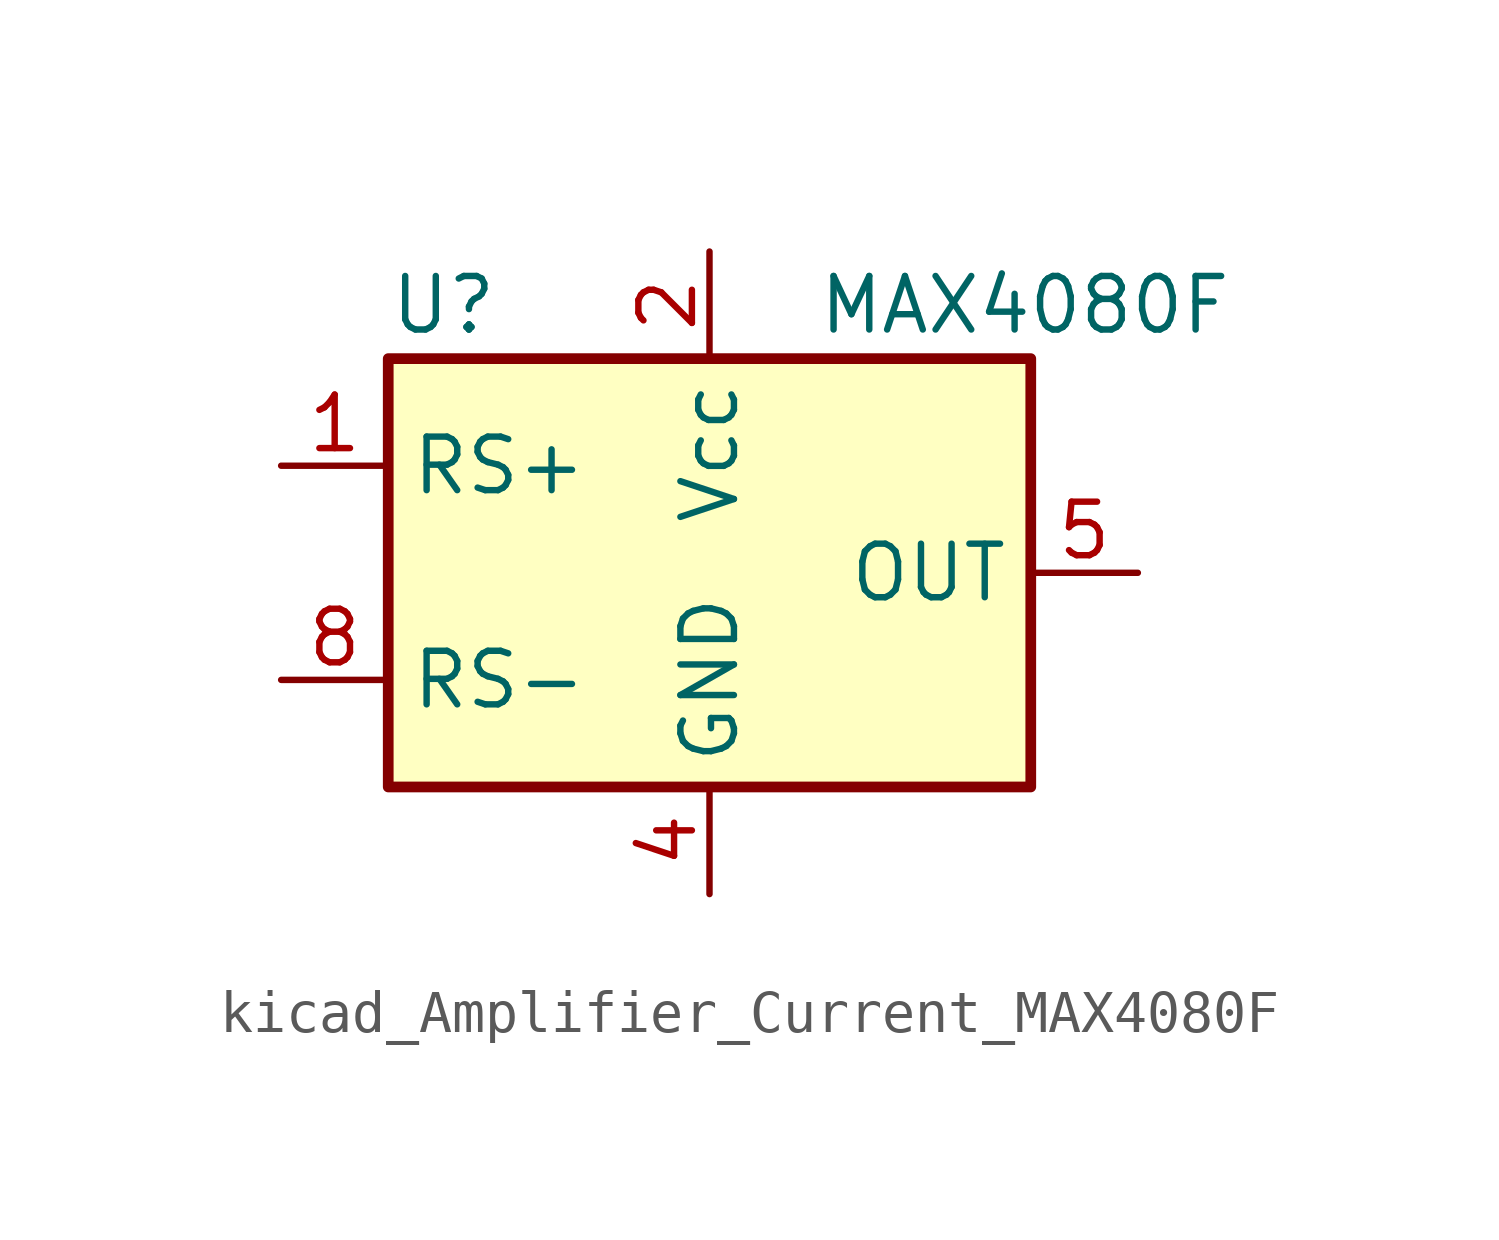
<source format=kicad_sym>
(kicad_symbol_lib
  (version 20220914)
  (generator kicad_symbol_editor)
  (symbol "kicad_Amplifier_Current_MAX4080F"
    (property "Reference" "U"
      (at -7.62 6.35 0)
      (effects (font (size 1.27 1.27)) (justify left)))
    (property "Value" "MAX4080F"
      (at 2.54 6.35 0)
      (effects (font (size 1.27 1.27)) (justify left)))
    (symbol "kicad_Amplifier_Current_MAX4080F_0_1"
      (rectangle (start -7.62 5.08) (end 7.62 -5.08) (stroke (width 0.254) (type default)) (fill (type background))))
    (symbol "kicad_Amplifier_Current_MAX4080F_1_1"
      (pin input line (at -10.16 2.54 0) (length 2.54) (name "RS+" (effects (font (size 1.27 1.27)))) (number "1" (effects (font (size 1.27 1.27)))))
      (pin power_in line (at 0 7.62 270) (length 2.54) (name "Vcc" (effects (font (size 1.27 1.27)))) (number "2" (effects (font (size 1.27 1.27)))))
      (pin no_connect line (at 2.54 -5.08 90) (length 2.54) hide (name "NC" (effects (font (size 1.27 1.27)))) (number "3" (effects (font (size 1.27 1.27)))))
      (pin power_in line (at 0 -7.62 90) (length 2.54) (name "GND" (effects (font (size 1.27 1.27)))) (number "4" (effects (font (size 1.27 1.27)))))
      (pin output line (at 10.16 0 180) (length 2.54) (name "OUT" (effects (font (size 1.27 1.27)))) (number "5" (effects (font (size 1.27 1.27)))))
      (pin no_connect line (at 5.08 -5.08 90) (length 2.54) hide (name "NC" (effects (font (size 1.27 1.27)))) (number "6" (effects (font (size 1.27 1.27)))))
      (pin no_connect line (at 7.62 -5.08 90) (length 2.54) hide (name "NC" (effects (font (size 1.27 1.27)))) (number "7" (effects (font (size 1.27 1.27)))))
      (pin input line (at -10.16 -2.54 0) (length 2.54) (name "RS-" (effects (font (size 1.27 1.27)))) (number "8" (effects (font (size 1.27 1.27))))))))
</source>
